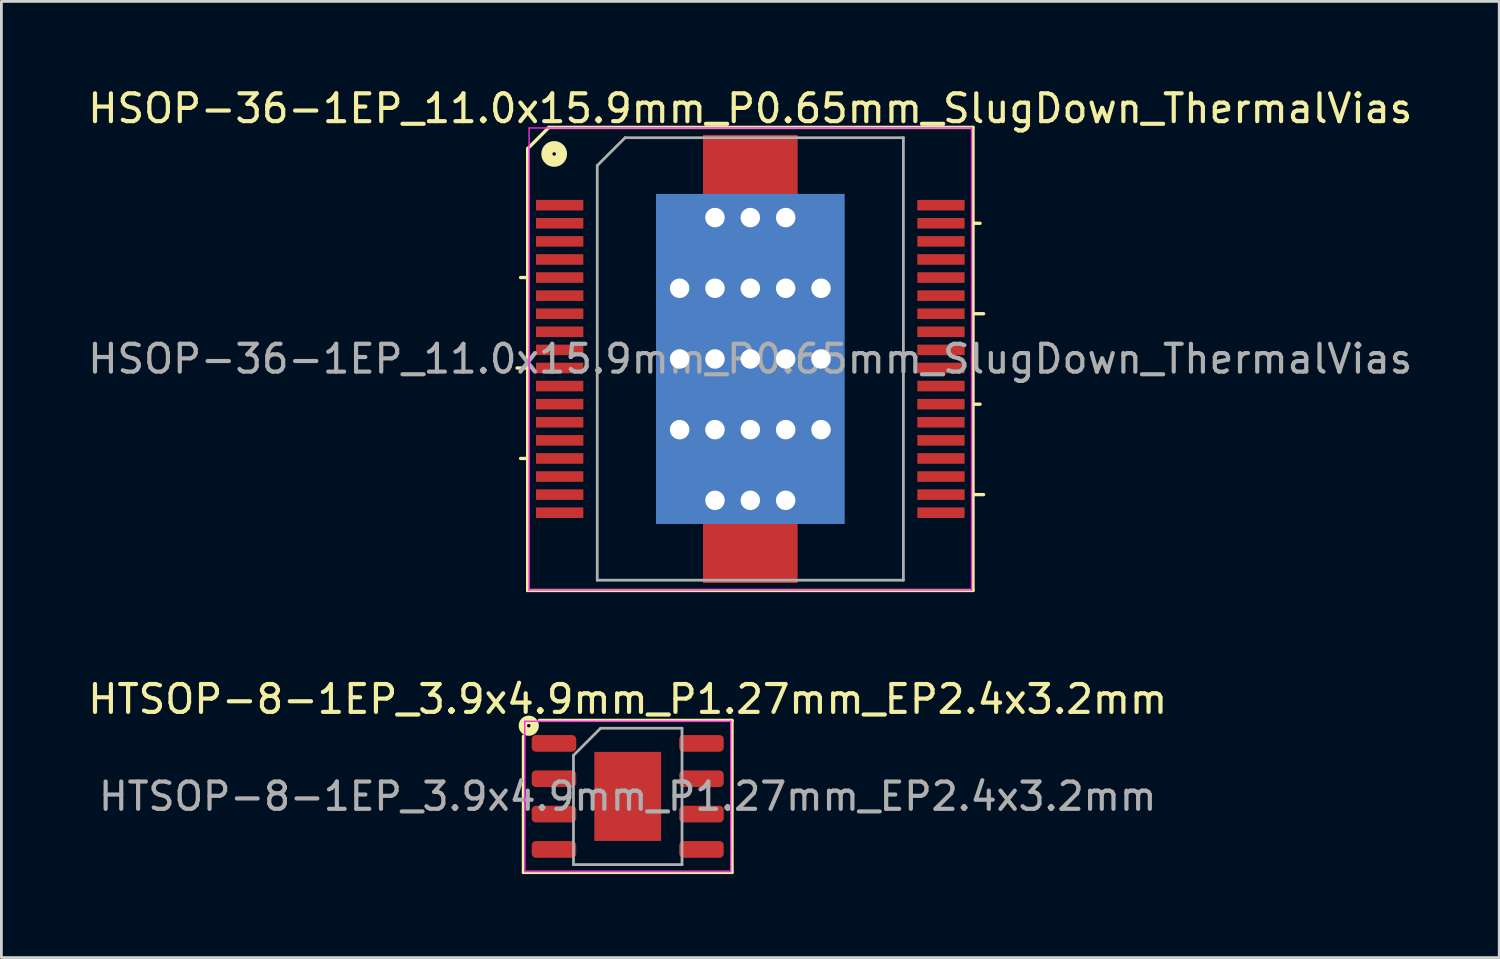
<source format=kicad_pcb>
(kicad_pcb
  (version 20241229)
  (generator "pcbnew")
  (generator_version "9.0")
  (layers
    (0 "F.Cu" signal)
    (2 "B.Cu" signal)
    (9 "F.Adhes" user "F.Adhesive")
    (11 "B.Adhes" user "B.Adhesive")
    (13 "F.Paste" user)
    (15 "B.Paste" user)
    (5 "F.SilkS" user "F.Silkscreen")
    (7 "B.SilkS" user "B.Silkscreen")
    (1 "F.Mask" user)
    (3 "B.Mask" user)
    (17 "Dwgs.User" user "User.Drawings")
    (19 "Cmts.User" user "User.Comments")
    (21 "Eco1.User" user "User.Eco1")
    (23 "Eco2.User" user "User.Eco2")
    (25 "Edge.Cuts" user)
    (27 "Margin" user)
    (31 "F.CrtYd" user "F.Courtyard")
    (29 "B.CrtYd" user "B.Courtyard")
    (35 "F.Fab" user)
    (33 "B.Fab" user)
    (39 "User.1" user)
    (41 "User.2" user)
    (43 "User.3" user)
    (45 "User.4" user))
  (footprint "HTSOP-8-1EP_3.9x4.9mm_P1.27mm_EP2.4x3.2mm"
    (layer "F.Cu")
    (at 19.506 25.567)
    (property "Reference" "HTSOP-8-1EP_3.9x4.9mm_P1.27mm_EP2.4x3.2mm" (at 0 -3.493 0) (layer "F.SilkS") (effects (font (size 1 1) (thickness 0.15))))
    (attr smd)
    (fp_line (start -3.747 2.731) (end -3.747 -2.159) (stroke (width 0.12) (type solid)) (layer "F.SilkS"))
    (fp_line (start -3.175 -2.731) (end 3.683 -2.731) (stroke (width 0.12) (type solid)) (layer "F.SilkS"))
    (fp_line (start 3.683 -2.731) (end 3.747 -2.731) (stroke (width 0.12) (type solid)) (layer "F.SilkS"))
    (fp_line (start 3.747 -2.731) (end 3.747 2.731) (stroke (width 0.12) (type solid)) (layer "F.SilkS"))
    (fp_line (start 3.747 2.731) (end -3.747 2.731) (stroke (width 0.12) (type solid)) (layer "F.SilkS"))
    (fp_circle (center -3.556 -2.54) (end -3.493 -2.54) (stroke (width 0.3) (type solid)) (fill no) (layer "F.SilkS"))
    (fp_line (start -3.7 -2.7) (end -3.7 2.7) (stroke (width 0.05) (type solid)) (layer "F.CrtYd"))
    (fp_line (start -3.7 2.7) (end 3.7 2.7) (stroke (width 0.05) (type solid)) (layer "F.CrtYd"))
    (fp_line (start 3.7 -2.7) (end -3.7 -2.7) (stroke (width 0.05) (type solid)) (layer "F.CrtYd"))
    (fp_line (start 3.7 2.7) (end 3.7 -2.7) (stroke (width 0.05) (type solid)) (layer "F.CrtYd"))
    (fp_line (start -1.95 -1.475) (end -0.975 -2.45) (stroke (width 0.1) (type solid)) (layer "F.Fab"))
    (fp_line (start -1.95 2.45) (end -1.95 -1.475) (stroke (width 0.1) (type solid)) (layer "F.Fab"))
    (fp_line (start -0.975 -2.45) (end 1.95 -2.45) (stroke (width 0.1) (type solid)) (layer "F.Fab"))
    (fp_line (start 1.95 -2.45) (end 1.95 2.45) (stroke (width 0.1) (type solid)) (layer "F.Fab"))
    (fp_line (start 1.95 2.45) (end -1.95 2.45) (stroke (width 0.1) (type solid)) (layer "F.Fab"))
    (fp_text user "${REFERENCE}" (at 0 0 0) (layer "F.Fab") (effects (font (size 0.98 0.98) (thickness 0.15))))
    (pad "" smd roundrect (at -0.6 -0.8) (size 0.97 1.29) (layers "F.Paste") (roundrect_rratio 0.25))
    (pad "" smd roundrect (at -0.6 0.8) (size 0.97 1.29) (layers "F.Paste") (roundrect_rratio 0.25))
    (pad "" smd roundrect (at 0.6 -0.8) (size 0.97 1.29) (layers "F.Paste") (roundrect_rratio 0.25))
    (pad "" smd roundrect (at 0.6 0.8) (size 0.97 1.29) (layers "F.Paste") (roundrect_rratio 0.25))
    (pad "1" smd roundrect (at -2.65 -1.905) (size 1.6 0.6) (layers "F.Cu" "F.Mask" "F.Paste") (roundrect_rratio 0.25))
    (pad "2" smd roundrect (at -2.65 -0.635) (size 1.6 0.6) (layers "F.Cu" "F.Mask" "F.Paste") (roundrect_rratio 0.25))
    (pad "3" smd roundrect (at -2.65 0.635) (size 1.6 0.6) (layers "F.Cu" "F.Mask" "F.Paste") (roundrect_rratio 0.25))
    (pad "4" smd roundrect (at -2.65 1.905) (size 1.6 0.6) (layers "F.Cu" "F.Mask" "F.Paste") (roundrect_rratio 0.25))
    (pad "5" smd roundrect (at 2.65 1.905) (size 1.6 0.6) (layers "F.Cu" "F.Mask" "F.Paste") (roundrect_rratio 0.25))
    (pad "6" smd roundrect (at 2.65 0.635) (size 1.6 0.6) (layers "F.Cu" "F.Mask" "F.Paste") (roundrect_rratio 0.25))
    (pad "7" smd roundrect (at 2.65 -0.635) (size 1.6 0.6) (layers "F.Cu" "F.Mask" "F.Paste") (roundrect_rratio 0.25))
    (pad "8" smd roundrect (at 2.65 -1.905) (size 1.6 0.6) (layers "F.Cu" "F.Mask" "F.Paste") (roundrect_rratio 0.25))
    (pad "9" smd rect (at 0 0) (size 2.4 3.2) (layers "F.Cu" "F.Mask")))
  (footprint "HSOP-36-1EP_11.0x15.9mm_P0.65mm_SlugDown_ThermalVias"
    (layer "F.Cu")
    (at 23.911 9.848)
    (property "Reference" "HSOP-36-1EP_11.0x15.9mm_P0.65mm_SlugDown_ThermalVias" (at 0 -9 0) (layer "F.SilkS") (effects (font (size 1 1) (thickness 0.15))))
    (attr smd)
    (fp_line (start -8.001 -7.556) (end -8.001 8.319) (stroke (width 0.12) (type solid)) (layer "F.SilkS"))
    (fp_line (start -8.001 -7.556) (end -7.239 -8.319) (stroke (width 0.12) (type solid)) (layer "F.SilkS"))
    (fp_line (start -8.001 -2.925) (end -8.255 -2.925) (stroke (width 0.12) (type solid)) (layer "F.SilkS"))
    (fp_line (start -8.001 0.325) (end -8.382 0.325) (stroke (width 0.12) (type solid)) (layer "F.SilkS"))
    (fp_line (start -8.001 3.575) (end -8.255 3.575) (stroke (width 0.12) (type solid)) (layer "F.SilkS"))
    (fp_line (start -8.001 8.319) (end 8.001 8.319) (stroke (width 0.12) (type solid)) (layer "F.SilkS"))
    (fp_line (start 8.001 -8.319) (end -7.239 -8.319) (stroke (width 0.12) (type solid)) (layer "F.SilkS"))
    (fp_line (start 8.001 -4.875) (end 8.255 -4.875) (stroke (width 0.12) (type solid)) (layer "F.SilkS"))
    (fp_line (start 8.001 -1.625) (end 8.382 -1.625) (stroke (width 0.12) (type solid)) (layer "F.SilkS"))
    (fp_line (start 8.001 1.625) (end 8.255 1.625) (stroke (width 0.12) (type solid)) (layer "F.SilkS"))
    (fp_line (start 8.001 4.875) (end 8.382 4.875) (stroke (width 0.12) (type solid)) (layer "F.SilkS"))
    (fp_line (start 8.001 8.319) (end 8.001 -8.319) (stroke (width 0.12) (type solid)) (layer "F.SilkS"))
    (fp_circle (center -7.048 -7.366) (end -6.985 -7.366) (stroke (width 0.4) (type solid)) (fill no) (layer "F.SilkS"))
    (fp_line (start -7.95 -8.3) (end -7.95 8.3) (stroke (width 0.05) (type solid)) (layer "F.CrtYd"))
    (fp_line (start -7.95 -8.3) (end 7.95 -8.3) (stroke (width 0.05) (type solid)) (layer "F.CrtYd"))
    (fp_line (start 7.95 8.3) (end -7.95 8.3) (stroke (width 0.05) (type solid)) (layer "F.CrtYd"))
    (fp_line (start 7.95 8.3) (end 7.95 -8.3) (stroke (width 0.05) (type solid)) (layer "F.CrtYd"))
    (fp_line (start -5.5 -6.95) (end -5.5 7.95) (stroke (width 0.1) (type solid)) (layer "F.Fab"))
    (fp_line (start -5.5 7.95) (end 5.5 7.95) (stroke (width 0.1) (type solid)) (layer "F.Fab"))
    (fp_line (start -4.5 -7.95) (end -5.5 -6.95) (stroke (width 0.1) (type solid)) (layer "F.Fab"))
    (fp_line (start 5.5 -7.95) (end -4.5 -7.95) (stroke (width 0.1) (type solid)) (layer "F.Fab"))
    (fp_line (start 5.5 7.95) (end 5.5 -7.95) (stroke (width 0.1) (type solid)) (layer "F.Fab"))
    (fp_text user "${REFERENCE}" (at 0 0 0) (layer "F.Fab") (effects (font (size 1 1) (thickness 0.15))))
    (pad "1" smd rect (at -6.85 -5.525) (size 1.7 0.38) (layers "F.Cu" "F.Mask" "F.Paste"))
    (pad "2" smd rect (at -6.85 -4.875) (size 1.7 0.38) (layers "F.Cu" "F.Mask" "F.Paste"))
    (pad "3" smd rect (at -6.85 -4.225) (size 1.7 0.38) (layers "F.Cu" "F.Mask" "F.Paste"))
    (pad "4" smd rect (at -6.85 -3.575) (size 1.7 0.38) (layers "F.Cu" "F.Mask" "F.Paste"))
    (pad "5" smd rect (at -6.85 -2.925) (size 1.7 0.38) (layers "F.Cu" "F.Mask" "F.Paste"))
    (pad "6" smd rect (at -6.85 -2.275) (size 1.7 0.38) (layers "F.Cu" "F.Mask" "F.Paste"))
    (pad "7" smd rect (at -6.85 -1.625) (size 1.7 0.38) (layers "F.Cu" "F.Mask" "F.Paste"))
    (pad "8" smd rect (at -6.85 -0.975) (size 1.7 0.38) (layers "F.Cu" "F.Mask" "F.Paste"))
    (pad "9" smd rect (at -6.85 -0.325) (size 1.7 0.38) (layers "F.Cu" "F.Mask" "F.Paste"))
    (pad "10" smd rect (at -6.85 0.325) (size 1.7 0.38) (layers "F.Cu" "F.Mask" "F.Paste"))
    (pad "11" smd rect (at -6.85 0.975) (size 1.7 0.38) (layers "F.Cu" "F.Mask" "F.Paste"))
    (pad "12" smd rect (at -6.85 1.625) (size 1.7 0.38) (layers "F.Cu" "F.Mask" "F.Paste"))
    (pad "13" smd rect (at -6.85 2.275) (size 1.7 0.38) (layers "F.Cu" "F.Mask" "F.Paste"))
    (pad "14" smd rect (at -6.85 2.925) (size 1.7 0.38) (layers "F.Cu" "F.Mask" "F.Paste"))
    (pad "15" smd rect (at -6.85 3.575) (size 1.7 0.38) (layers "F.Cu" "F.Mask" "F.Paste"))
    (pad "16" smd rect (at -6.85 4.225) (size 1.7 0.38) (layers "F.Cu" "F.Mask" "F.Paste"))
    (pad "17" smd rect (at -6.85 4.875) (size 1.7 0.38) (layers "F.Cu" "F.Mask" "F.Paste"))
    (pad "18" smd rect (at -6.85 5.525) (size 1.7 0.38) (layers "F.Cu" "F.Mask" "F.Paste"))
    (pad "19" smd rect (at 6.85 5.525) (size 1.7 0.38) (layers "F.Cu" "F.Mask" "F.Paste"))
    (pad "20" smd rect (at 6.85 4.875) (size 1.7 0.38) (layers "F.Cu" "F.Mask" "F.Paste"))
    (pad "21" smd rect (at 6.85 4.225) (size 1.7 0.38) (layers "F.Cu" "F.Mask" "F.Paste"))
    (pad "22" smd rect (at 6.85 3.575) (size 1.7 0.38) (layers "F.Cu" "F.Mask" "F.Paste"))
    (pad "23" smd rect (at 6.85 2.925) (size 1.7 0.38) (layers "F.Cu" "F.Mask" "F.Paste"))
    (pad "24" smd rect (at 6.85 2.275) (size 1.7 0.38) (layers "F.Cu" "F.Mask" "F.Paste"))
    (pad "25" smd rect (at 6.85 1.625) (size 1.7 0.38) (layers "F.Cu" "F.Mask" "F.Paste"))
    (pad "26" smd rect (at 6.85 0.975) (size 1.7 0.38) (layers "F.Cu" "F.Mask" "F.Paste"))
    (pad "27" smd rect (at 6.85 0.325) (size 1.7 0.38) (layers "F.Cu" "F.Mask" "F.Paste"))
    (pad "28" smd rect (at 6.85 -0.325) (size 1.7 0.38) (layers "F.Cu" "F.Mask" "F.Paste"))
    (pad "29" smd rect (at 6.85 -0.975) (size 1.7 0.38) (layers "F.Cu" "F.Mask" "F.Paste"))
    (pad "30" smd rect (at 6.85 -1.625) (size 1.7 0.38) (layers "F.Cu" "F.Mask" "F.Paste"))
    (pad "31" smd rect (at 6.85 -2.275) (size 1.7 0.38) (layers "F.Cu" "F.Mask" "F.Paste"))
    (pad "32" smd rect (at 6.85 -2.925) (size 1.7 0.38) (layers "F.Cu" "F.Mask" "F.Paste"))
    (pad "33" smd rect (at 6.85 -3.575) (size 1.7 0.38) (layers "F.Cu" "F.Mask" "F.Paste"))
    (pad "34" smd rect (at 6.85 -4.225) (size 1.7 0.38) (layers "F.Cu" "F.Mask" "F.Paste"))
    (pad "35" smd rect (at 6.85 -4.875) (size 1.7 0.38) (layers "F.Cu" "F.Mask" "F.Paste"))
    (pad "36" smd rect (at 6.85 -5.525) (size 1.7 0.38) (layers "F.Cu" "F.Mask" "F.Paste"))
    (pad "37" thru_hole circle (at -2.54 -2.54) (size 1 1) (drill 0.7) (layers "*.Cu"))
    (pad "37" thru_hole circle (at -2.54 0) (size 1 1) (drill 0.7) (layers "*.Cu"))
    (pad "37" thru_hole circle (at -2.54 2.54) (size 1 1) (drill 0.7) (layers "*.Cu"))
    (pad "37" thru_hole circle (at -1.27 -5.08) (size 1 1) (drill 0.7) (layers "*.Cu"))
    (pad "37" thru_hole circle (at -1.27 -2.54) (size 1 1) (drill 0.7) (layers "*.Cu"))
    (pad "37" thru_hole circle (at -1.27 0) (size 1 1) (drill 0.7) (layers "*.Cu"))
    (pad "37" thru_hole circle (at -1.27 2.54) (size 1 1) (drill 0.7) (layers "*.Cu"))
    (pad "37" thru_hole circle (at -1.27 5.08) (size 1 1) (drill 0.7) (layers "*.Cu"))
    (pad "37" smd rect (at 0 -6.843) (size 3.4 2.415) (layers "F.Cu" "F.Mask" "F.Paste"))
    (pad "37" thru_hole circle (at 0 -5.08) (size 1 1) (drill 0.7) (layers "*.Cu"))
    (pad "37" thru_hole circle (at 0 -2.54) (size 1 1) (drill 0.7) (layers "*.Cu"))
    (pad "37" thru_hole circle (at 0 0) (size 1 1) (drill 0.7) (layers "*.Cu"))
    (pad "37" smd rect (at 0 0) (size 6.4 11.27) (layers "F.Cu" "F.Mask" "F.Paste"))
    (pad "37" smd rect (at 0 0) (size 6.78 11.86) (layers "B.Cu" "B.Mask"))
    (pad "37" thru_hole circle (at 0 2.54) (size 1 1) (drill 0.7) (layers "*.Cu"))
    (pad "37" thru_hole circle (at 0 5.08) (size 1 1) (drill 0.7) (layers "*.Cu"))
    (pad "37" smd rect (at 0 6.843) (size 3.4 2.415) (layers "F.Cu" "F.Mask" "F.Paste"))
    (pad "37" thru_hole circle (at 1.27 -5.08) (size 1 1) (drill 0.7) (layers "*.Cu"))
    (pad "37" thru_hole circle (at 1.27 -2.54) (size 1 1) (drill 0.7) (layers "*.Cu"))
    (pad "37" thru_hole circle (at 1.27 0) (size 1 1) (drill 0.7) (layers "*.Cu"))
    (pad "37" thru_hole circle (at 1.27 2.54) (size 1 1) (drill 0.7) (layers "*.Cu"))
    (pad "37" thru_hole circle (at 1.27 5.08) (size 1 1) (drill 0.7) (layers "*.Cu"))
    (pad "37" thru_hole circle (at 2.54 -2.54) (size 1 1) (drill 0.7) (layers "*.Cu"))
    (pad "37" thru_hole circle (at 2.54 0) (size 1 1) (drill 0.7) (layers "*.Cu"))
    (pad "37" thru_hole circle (at 2.54 2.54) (size 1 1) (drill 0.7) (layers "*.Cu")))
  (gr_rect
    (start -3 -3)
    (end 50.821 31.358)
    (stroke (width 0.1) (type default))
    (fill no)
    (layer "Edge.Cuts")))
</source>
